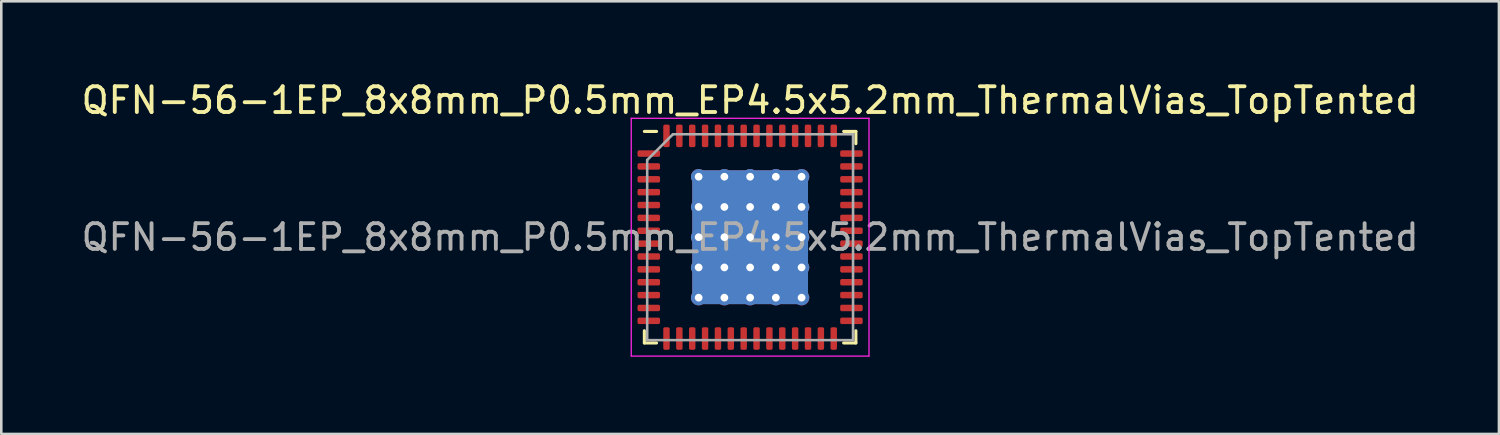
<source format=kicad_pcb>
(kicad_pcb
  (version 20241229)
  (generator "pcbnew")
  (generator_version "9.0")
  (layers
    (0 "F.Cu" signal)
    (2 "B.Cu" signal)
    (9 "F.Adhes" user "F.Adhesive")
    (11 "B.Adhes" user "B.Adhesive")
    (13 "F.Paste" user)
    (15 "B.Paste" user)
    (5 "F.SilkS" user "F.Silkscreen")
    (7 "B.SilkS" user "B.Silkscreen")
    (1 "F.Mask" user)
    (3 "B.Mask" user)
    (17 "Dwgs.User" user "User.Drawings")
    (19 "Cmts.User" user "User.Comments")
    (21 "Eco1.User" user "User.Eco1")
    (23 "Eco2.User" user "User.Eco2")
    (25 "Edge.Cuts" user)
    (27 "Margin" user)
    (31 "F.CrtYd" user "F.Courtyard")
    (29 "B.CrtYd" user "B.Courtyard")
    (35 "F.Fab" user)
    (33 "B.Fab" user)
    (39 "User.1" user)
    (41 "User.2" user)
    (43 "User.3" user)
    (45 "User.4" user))
  (footprint "QFN-56-1EP_8x8mm_P0.5mm_EP4.5x5.2mm_ThermalVias_TopTented"
    (layer "F.Cu")
    (at 26.101 6.168)
    (property "Reference" "QFN-56-1EP_8x8mm_P0.5mm_EP4.5x5.2mm_ThermalVias_TopTented" (at 0 -5.32 0) (layer "F.SilkS") (effects (font (size 1 1) (thickness 0.15))))
    (attr smd)
    (fp_line (start -4.11 4.11) (end -4.11 3.635) (stroke (width 0.12) (type solid)) (layer "F.SilkS"))
    (fp_line (start -3.635 -4.11) (end -4.11 -4.11) (stroke (width 0.12) (type solid)) (layer "F.SilkS"))
    (fp_line (start -3.635 4.11) (end -4.11 4.11) (stroke (width 0.12) (type solid)) (layer "F.SilkS"))
    (fp_line (start 3.635 -4.11) (end 4.11 -4.11) (stroke (width 0.12) (type solid)) (layer "F.SilkS"))
    (fp_line (start 3.635 4.11) (end 4.11 4.11) (stroke (width 0.12) (type solid)) (layer "F.SilkS"))
    (fp_line (start 4.11 -4.11) (end 4.11 -3.635) (stroke (width 0.12) (type solid)) (layer "F.SilkS"))
    (fp_line (start 4.11 4.11) (end 4.11 3.635) (stroke (width 0.12) (type solid)) (layer "F.SilkS"))
    (fp_line (start -4.62 -4.62) (end -4.62 4.62) (stroke (width 0.05) (type solid)) (layer "F.CrtYd"))
    (fp_line (start -4.62 4.62) (end 4.62 4.62) (stroke (width 0.05) (type solid)) (layer "F.CrtYd"))
    (fp_line (start 4.62 -4.62) (end -4.62 -4.62) (stroke (width 0.05) (type solid)) (layer "F.CrtYd"))
    (fp_line (start 4.62 4.62) (end 4.62 -4.62) (stroke (width 0.05) (type solid)) (layer "F.CrtYd"))
    (fp_line (start -4 -3) (end -3 -4) (stroke (width 0.1) (type solid)) (layer "F.Fab"))
    (fp_line (start -4 4) (end -4 -3) (stroke (width 0.1) (type solid)) (layer "F.Fab"))
    (fp_line (start -3 -4) (end 4 -4) (stroke (width 0.1) (type solid)) (layer "F.Fab"))
    (fp_line (start 4 -4) (end 4 4) (stroke (width 0.1) (type solid)) (layer "F.Fab"))
    (fp_line (start 4 4) (end -4 4) (stroke (width 0.1) (type solid)) (layer "F.Fab"))
    (fp_text user "${REFERENCE}" (at 0 0 0) (layer "F.Fab") (effects (font (size 1 1) (thickness 0.15))))
    (pad "" smd custom (at -1.5 -1.762) (size 0.776 0.776) (layers "F.Mask") (options (anchor circle)) (primitives (gr_poly (pts (xy 0.3 -0.502) (xy -0.3 -0.502) (xy -0.3 -0.838) (xy 0.3 -0.838)) (width 0) (fill yes)) (gr_poly (pts (xy 0.3 0.588) (xy -0.3 0.588) (xy -0.3 0.502) (xy 0.3 0.502)) (width 0) (fill yes)) (gr_poly (pts (xy 0.435 -0.367) (xy 0.435 0.367) (xy 0.3 0.502) (xy -0.3 0.502) (xy -0.435 0.367) (xy -0.435 -0.367) (xy -0.3 -0.502) (xy 0.3 -0.502)) (width 0) (fill yes)) (gr_poly (pts (xy -0.435 0.367) (xy -0.75 0.367) (xy -0.75 -0.367) (xy -0.435 -0.367)) (width 0) (fill yes)) (gr_poly (pts (xy 0.5 0.367) (xy 0.435 0.367) (xy 0.435 -0.367) (xy 0.5 -0.367)) (width 0) (fill yes))))
    (pad "" smd custom (at -1.5 -1.762) (size 0.776 0.776) (layers "F.Paste") (options (anchor circle)) (primitives (gr_poly (pts (xy 0.435 -0.357) (xy 0.435 0.357) (xy 0.29 0.502) (xy -0.29 0.502) (xy -0.435 0.357) (xy -0.435 -0.357) (xy -0.29 -0.502) (xy 0.29 -0.502)) (width 0) (fill yes))))
    (pad "" smd custom (at -1.5 -0.588) (size 0.776 0.776) (layers "F.Mask") (options (anchor circle)) (primitives (gr_poly (pts (xy -0.435 0.367) (xy -0.75 0.367) (xy -0.75 -0.367) (xy -0.435 -0.367)) (width 0) (fill yes)) (gr_poly (pts (xy 0.3 -0.502) (xy -0.3 -0.502) (xy -0.3 -0.588) (xy 0.3 -0.588)) (width 0) (fill yes)) (gr_poly (pts (xy 0.435 -0.367) (xy 0.435 0.367) (xy 0.3 0.502) (xy -0.3 0.502) (xy -0.435 0.367) (xy -0.435 -0.367) (xy -0.3 -0.502) (xy 0.3 -0.502)) (width 0) (fill yes)) (gr_poly (pts (xy 0.3 0.588) (xy -0.3 0.588) (xy -0.3 0.502) (xy 0.3 0.502)) (width 0) (fill yes)) (gr_poly (pts (xy 0.5 0.367) (xy 0.435 0.367) (xy 0.435 -0.367) (xy 0.5 -0.367)) (width 0) (fill yes))))
    (pad "" smd custom (at -1.5 -0.588) (size 0.776 0.776) (layers "F.Paste") (options (anchor circle)) (primitives (gr_poly (pts (xy 0.435 -0.357) (xy 0.435 0.357) (xy 0.29 0.502) (xy -0.29 0.502) (xy -0.435 0.357) (xy -0.435 -0.357) (xy -0.29 -0.502) (xy 0.29 -0.502)) (width 0) (fill yes))))
    (pad "" smd custom (at -1.5 0.588) (size 0.776 0.776) (layers "F.Mask") (options (anchor circle)) (primitives (gr_poly (pts (xy -0.435 0.367) (xy -0.75 0.367) (xy -0.75 -0.367) (xy -0.435 -0.367)) (width 0) (fill yes)) (gr_poly (pts (xy 0.3 -0.502) (xy -0.3 -0.502) (xy -0.3 -0.588) (xy 0.3 -0.588)) (width 0) (fill yes)) (gr_poly (pts (xy 0.435 -0.367) (xy 0.435 0.367) (xy 0.3 0.502) (xy -0.3 0.502) (xy -0.435 0.367) (xy -0.435 -0.367) (xy -0.3 -0.502) (xy 0.3 -0.502)) (width 0) (fill yes)) (gr_poly (pts (xy 0.3 0.588) (xy -0.3 0.588) (xy -0.3 0.502) (xy 0.3 0.502)) (width 0) (fill yes)) (gr_poly (pts (xy 0.5 0.367) (xy 0.435 0.367) (xy 0.435 -0.367) (xy 0.5 -0.367)) (width 0) (fill yes))))
    (pad "" smd custom (at -1.5 0.588) (size 0.776 0.776) (layers "F.Paste") (options (anchor circle)) (primitives (gr_poly (pts (xy 0.435 -0.357) (xy 0.435 0.357) (xy 0.29 0.502) (xy -0.29 0.502) (xy -0.435 0.357) (xy -0.435 -0.357) (xy -0.29 -0.502) (xy 0.29 -0.502)) (width 0) (fill yes))))
    (pad "" smd custom (at -1.5 1.762) (size 0.776 0.776) (layers "F.Mask") (options (anchor circle)) (primitives (gr_poly (pts (xy 0.3 0.838) (xy -0.3 0.838) (xy -0.3 0.502) (xy 0.3 0.502)) (width 0) (fill yes)) (gr_poly (pts (xy 0.5 0.367) (xy 0.435 0.367) (xy 0.435 -0.367) (xy 0.5 -0.367)) (width 0) (fill yes)) (gr_poly (pts (xy -0.435 0.367) (xy -0.75 0.367) (xy -0.75 -0.367) (xy -0.435 -0.367)) (width 0) (fill yes)) (gr_poly (pts (xy 0.435 -0.367) (xy 0.435 0.367) (xy 0.3 0.502) (xy -0.3 0.502) (xy -0.435 0.367) (xy -0.435 -0.367) (xy -0.3 -0.502) (xy 0.3 -0.502)) (width 0) (fill yes)) (gr_poly (pts (xy 0.3 -0.502) (xy -0.3 -0.502) (xy -0.3 -0.588) (xy 0.3 -0.588)) (width 0) (fill yes))))
    (pad "" smd custom (at -1.5 1.762) (size 0.776 0.776) (layers "F.Paste") (options (anchor circle)) (primitives (gr_poly (pts (xy 0.435 -0.357) (xy 0.435 0.357) (xy 0.29 0.502) (xy -0.29 0.502) (xy -0.435 0.357) (xy -0.435 -0.357) (xy -0.29 -0.502) (xy 0.29 -0.502)) (width 0) (fill yes))))
    (pad "" smd custom (at -0.5 -1.762) (size 0.776 0.776) (layers "F.Mask") (options (anchor circle)) (primitives (gr_poly (pts (xy 0.5 0.367) (xy 0.435 0.367) (xy 0.435 -0.367) (xy 0.5 -0.367)) (width 0) (fill yes)) (gr_poly (pts (xy 0.435 -0.367) (xy 0.435 0.367) (xy 0.3 0.502) (xy -0.3 0.502) (xy -0.435 0.367) (xy -0.435 -0.367) (xy -0.3 -0.502) (xy 0.3 -0.502)) (width 0) (fill yes)) (gr_poly (pts (xy -0.435 0.367) (xy -0.5 0.367) (xy -0.5 -0.367) (xy -0.435 -0.367)) (width 0) (fill yes)) (gr_poly (pts (xy 0.3 0.588) (xy -0.3 0.588) (xy -0.3 0.502) (xy 0.3 0.502)) (width 0) (fill yes)) (gr_poly (pts (xy 0.3 -0.502) (xy -0.3 -0.502) (xy -0.3 -0.838) (xy 0.3 -0.838)) (width 0) (fill yes))))
    (pad "" smd custom (at -0.5 -1.762) (size 0.776 0.776) (layers "F.Paste") (options (anchor circle)) (primitives (gr_poly (pts (xy 0.435 -0.357) (xy 0.435 0.357) (xy 0.29 0.502) (xy -0.29 0.502) (xy -0.435 0.357) (xy -0.435 -0.357) (xy -0.29 -0.502) (xy 0.29 -0.502)) (width 0) (fill yes))))
    (pad "" smd custom (at -0.5 -0.588) (size 0.776 0.776) (layers "F.Mask") (options (anchor circle)) (primitives (gr_poly (pts (xy 0.3 -0.502) (xy -0.3 -0.502) (xy -0.3 -0.588) (xy 0.3 -0.588)) (width 0) (fill yes)) (gr_poly (pts (xy 0.435 -0.367) (xy 0.435 0.367) (xy 0.3 0.502) (xy -0.3 0.502) (xy -0.435 0.367) (xy -0.435 -0.367) (xy -0.3 -0.502) (xy 0.3 -0.502)) (width 0) (fill yes)) (gr_poly (pts (xy 0.3 0.588) (xy -0.3 0.588) (xy -0.3 0.502) (xy 0.3 0.502)) (width 0) (fill yes)) (gr_poly (pts (xy -0.435 0.367) (xy -0.5 0.367) (xy -0.5 -0.367) (xy -0.435 -0.367)) (width 0) (fill yes)) (gr_poly (pts (xy 0.5 0.367) (xy 0.435 0.367) (xy 0.435 -0.367) (xy 0.5 -0.367)) (width 0) (fill yes))))
    (pad "" smd custom (at -0.5 -0.588) (size 0.776 0.776) (layers "F.Paste") (options (anchor circle)) (primitives (gr_poly (pts (xy 0.435 -0.357) (xy 0.435 0.357) (xy 0.29 0.502) (xy -0.29 0.502) (xy -0.435 0.357) (xy -0.435 -0.357) (xy -0.29 -0.502) (xy 0.29 -0.502)) (width 0) (fill yes))))
    (pad "" smd custom (at -0.5 0.588) (size 0.776 0.776) (layers "F.Mask") (options (anchor circle)) (primitives (gr_poly (pts (xy 0.3 -0.502) (xy -0.3 -0.502) (xy -0.3 -0.588) (xy 0.3 -0.588)) (width 0) (fill yes)) (gr_poly (pts (xy 0.435 -0.367) (xy 0.435 0.367) (xy 0.3 0.502) (xy -0.3 0.502) (xy -0.435 0.367) (xy -0.435 -0.367) (xy -0.3 -0.502) (xy 0.3 -0.502)) (width 0) (fill yes)) (gr_poly (pts (xy 0.3 0.588) (xy -0.3 0.588) (xy -0.3 0.502) (xy 0.3 0.502)) (width 0) (fill yes)) (gr_poly (pts (xy -0.435 0.367) (xy -0.5 0.367) (xy -0.5 -0.367) (xy -0.435 -0.367)) (width 0) (fill yes)) (gr_poly (pts (xy 0.5 0.367) (xy 0.435 0.367) (xy 0.435 -0.367) (xy 0.5 -0.367)) (width 0) (fill yes))))
    (pad "" smd custom (at -0.5 0.588) (size 0.776 0.776) (layers "F.Paste") (options (anchor circle)) (primitives (gr_poly (pts (xy 0.435 -0.357) (xy 0.435 0.357) (xy 0.29 0.502) (xy -0.29 0.502) (xy -0.435 0.357) (xy -0.435 -0.357) (xy -0.29 -0.502) (xy 0.29 -0.502)) (width 0) (fill yes))))
    (pad "" smd custom (at -0.5 1.762) (size 0.776 0.776) (layers "F.Mask") (options (anchor circle)) (primitives (gr_poly (pts (xy 0.3 -0.502) (xy -0.3 -0.502) (xy -0.3 -0.588) (xy 0.3 -0.588)) (width 0) (fill yes)) (gr_poly (pts (xy 0.3 0.838) (xy -0.3 0.838) (xy -0.3 0.502) (xy 0.3 0.502)) (width 0) (fill yes)) (gr_poly (pts (xy 0.435 -0.367) (xy 0.435 0.367) (xy 0.3 0.502) (xy -0.3 0.502) (xy -0.435 0.367) (xy -0.435 -0.367) (xy -0.3 -0.502) (xy 0.3 -0.502)) (width 0) (fill yes)) (gr_poly (pts (xy 0.5 0.367) (xy 0.435 0.367) (xy 0.435 -0.367) (xy 0.5 -0.367)) (width 0) (fill yes)) (gr_poly (pts (xy -0.435 0.367) (xy -0.5 0.367) (xy -0.5 -0.367) (xy -0.435 -0.367)) (width 0) (fill yes))))
    (pad "" smd custom (at -0.5 1.762) (size 0.776 0.776) (layers "F.Paste") (options (anchor circle)) (primitives (gr_poly (pts (xy 0.435 -0.357) (xy 0.435 0.357) (xy 0.29 0.502) (xy -0.29 0.502) (xy -0.435 0.357) (xy -0.435 -0.357) (xy -0.29 -0.502) (xy 0.29 -0.502)) (width 0) (fill yes))))
    (pad "" smd custom (at 0.5 -1.762) (size 0.776 0.776) (layers "F.Mask") (options (anchor circle)) (primitives (gr_poly (pts (xy 0.5 0.367) (xy 0.435 0.367) (xy 0.435 -0.367) (xy 0.5 -0.367)) (width 0) (fill yes)) (gr_poly (pts (xy 0.435 -0.367) (xy 0.435 0.367) (xy 0.3 0.502) (xy -0.3 0.502) (xy -0.435 0.367) (xy -0.435 -0.367) (xy -0.3 -0.502) (xy 0.3 -0.502)) (width 0) (fill yes)) (gr_poly (pts (xy -0.435 0.367) (xy -0.5 0.367) (xy -0.5 -0.367) (xy -0.435 -0.367)) (width 0) (fill yes)) (gr_poly (pts (xy 0.3 0.588) (xy -0.3 0.588) (xy -0.3 0.502) (xy 0.3 0.502)) (width 0) (fill yes)) (gr_poly (pts (xy 0.3 -0.502) (xy -0.3 -0.502) (xy -0.3 -0.838) (xy 0.3 -0.838)) (width 0) (fill yes))))
    (pad "" smd custom (at 0.5 -1.762) (size 0.776 0.776) (layers "F.Paste") (options (anchor circle)) (primitives (gr_poly (pts (xy 0.435 -0.357) (xy 0.435 0.357) (xy 0.29 0.502) (xy -0.29 0.502) (xy -0.435 0.357) (xy -0.435 -0.357) (xy -0.29 -0.502) (xy 0.29 -0.502)) (width 0) (fill yes))))
    (pad "" smd custom (at 0.5 -0.588) (size 0.776 0.776) (layers "F.Mask") (options (anchor circle)) (primitives (gr_poly (pts (xy 0.3 -0.502) (xy -0.3 -0.502) (xy -0.3 -0.588) (xy 0.3 -0.588)) (width 0) (fill yes)) (gr_poly (pts (xy 0.435 -0.367) (xy 0.435 0.367) (xy 0.3 0.502) (xy -0.3 0.502) (xy -0.435 0.367) (xy -0.435 -0.367) (xy -0.3 -0.502) (xy 0.3 -0.502)) (width 0) (fill yes)) (gr_poly (pts (xy 0.3 0.588) (xy -0.3 0.588) (xy -0.3 0.502) (xy 0.3 0.502)) (width 0) (fill yes)) (gr_poly (pts (xy -0.435 0.367) (xy -0.5 0.367) (xy -0.5 -0.367) (xy -0.435 -0.367)) (width 0) (fill yes)) (gr_poly (pts (xy 0.5 0.367) (xy 0.435 0.367) (xy 0.435 -0.367) (xy 0.5 -0.367)) (width 0) (fill yes))))
    (pad "" smd custom (at 0.5 -0.588) (size 0.776 0.776) (layers "F.Paste") (options (anchor circle)) (primitives (gr_poly (pts (xy 0.435 -0.357) (xy 0.435 0.357) (xy 0.29 0.502) (xy -0.29 0.502) (xy -0.435 0.357) (xy -0.435 -0.357) (xy -0.29 -0.502) (xy 0.29 -0.502)) (width 0) (fill yes))))
    (pad "" smd custom (at 0.5 0.588) (size 0.776 0.776) (layers "F.Mask") (options (anchor circle)) (primitives (gr_poly (pts (xy 0.3 -0.502) (xy -0.3 -0.502) (xy -0.3 -0.588) (xy 0.3 -0.588)) (width 0) (fill yes)) (gr_poly (pts (xy 0.435 -0.367) (xy 0.435 0.367) (xy 0.3 0.502) (xy -0.3 0.502) (xy -0.435 0.367) (xy -0.435 -0.367) (xy -0.3 -0.502) (xy 0.3 -0.502)) (width 0) (fill yes)) (gr_poly (pts (xy 0.3 0.588) (xy -0.3 0.588) (xy -0.3 0.502) (xy 0.3 0.502)) (width 0) (fill yes)) (gr_poly (pts (xy -0.435 0.367) (xy -0.5 0.367) (xy -0.5 -0.367) (xy -0.435 -0.367)) (width 0) (fill yes)) (gr_poly (pts (xy 0.5 0.367) (xy 0.435 0.367) (xy 0.435 -0.367) (xy 0.5 -0.367)) (width 0) (fill yes))))
    (pad "" smd custom (at 0.5 0.588) (size 0.776 0.776) (layers "F.Paste") (options (anchor circle)) (primitives (gr_poly (pts (xy 0.435 -0.357) (xy 0.435 0.357) (xy 0.29 0.502) (xy -0.29 0.502) (xy -0.435 0.357) (xy -0.435 -0.357) (xy -0.29 -0.502) (xy 0.29 -0.502)) (width 0) (fill yes))))
    (pad "" smd custom (at 0.5 1.762) (size 0.776 0.776) (layers "F.Mask") (options (anchor circle)) (primitives (gr_poly (pts (xy 0.3 -0.502) (xy -0.3 -0.502) (xy -0.3 -0.588) (xy 0.3 -0.588)) (width 0) (fill yes)) (gr_poly (pts (xy 0.3 0.838) (xy -0.3 0.838) (xy -0.3 0.502) (xy 0.3 0.502)) (width 0) (fill yes)) (gr_poly (pts (xy 0.435 -0.367) (xy 0.435 0.367) (xy 0.3 0.502) (xy -0.3 0.502) (xy -0.435 0.367) (xy -0.435 -0.367) (xy -0.3 -0.502) (xy 0.3 -0.502)) (width 0) (fill yes)) (gr_poly (pts (xy 0.5 0.367) (xy 0.435 0.367) (xy 0.435 -0.367) (xy 0.5 -0.367)) (width 0) (fill yes)) (gr_poly (pts (xy -0.435 0.367) (xy -0.5 0.367) (xy -0.5 -0.367) (xy -0.435 -0.367)) (width 0) (fill yes))))
    (pad "" smd custom (at 0.5 1.762) (size 0.776 0.776) (layers "F.Paste") (options (anchor circle)) (primitives (gr_poly (pts (xy 0.435 -0.357) (xy 0.435 0.357) (xy 0.29 0.502) (xy -0.29 0.502) (xy -0.435 0.357) (xy -0.435 -0.357) (xy -0.29 -0.502) (xy 0.29 -0.502)) (width 0) (fill yes))))
    (pad "" smd custom (at 1.5 -1.762) (size 0.776 0.776) (layers "F.Mask") (options (anchor circle)) (primitives (gr_poly (pts (xy -0.435 0.367) (xy -0.5 0.367) (xy -0.5 -0.367) (xy -0.435 -0.367)) (width 0) (fill yes)) (gr_poly (pts (xy 0.75 0.367) (xy 0.435 0.367) (xy 0.435 -0.367) (xy 0.75 -0.367)) (width 0) (fill yes)) (gr_poly (pts (xy 0.435 -0.367) (xy 0.435 0.367) (xy 0.3 0.502) (xy -0.3 0.502) (xy -0.435 0.367) (xy -0.435 -0.367) (xy -0.3 -0.502) (xy 0.3 -0.502)) (width 0) (fill yes)) (gr_poly (pts (xy 0.3 0.588) (xy -0.3 0.588) (xy -0.3 0.502) (xy 0.3 0.502)) (width 0) (fill yes)) (gr_poly (pts (xy 0.3 -0.502) (xy -0.3 -0.502) (xy -0.3 -0.838) (xy 0.3 -0.838)) (width 0) (fill yes))))
    (pad "" smd custom (at 1.5 -1.762) (size 0.776 0.776) (layers "F.Paste") (options (anchor circle)) (primitives (gr_poly (pts (xy 0.435 -0.357) (xy 0.435 0.357) (xy 0.29 0.502) (xy -0.29 0.502) (xy -0.435 0.357) (xy -0.435 -0.357) (xy -0.29 -0.502) (xy 0.29 -0.502)) (width 0) (fill yes))))
    (pad "" smd custom (at 1.5 -0.588) (size 0.776 0.776) (layers "F.Mask") (options (anchor circle)) (primitives (gr_poly (pts (xy 0.75 0.367) (xy 0.435 0.367) (xy 0.435 -0.367) (xy 0.75 -0.367)) (width 0) (fill yes)) (gr_poly (pts (xy -0.435 0.367) (xy -0.5 0.367) (xy -0.5 -0.367) (xy -0.435 -0.367)) (width 0) (fill yes)) (gr_poly (pts (xy 0.435 -0.367) (xy 0.435 0.367) (xy 0.3 0.502) (xy -0.3 0.502) (xy -0.435 0.367) (xy -0.435 -0.367) (xy -0.3 -0.502) (xy 0.3 -0.502)) (width 0) (fill yes)) (gr_poly (pts (xy 0.3 0.588) (xy -0.3 0.588) (xy -0.3 0.502) (xy 0.3 0.502)) (width 0) (fill yes)) (gr_poly (pts (xy 0.3 -0.502) (xy -0.3 -0.502) (xy -0.3 -0.588) (xy 0.3 -0.588)) (width 0) (fill yes))))
    (pad "" smd custom (at 1.5 -0.588) (size 0.776 0.776) (layers "F.Paste") (options (anchor circle)) (primitives (gr_poly (pts (xy 0.435 -0.357) (xy 0.435 0.357) (xy 0.29 0.502) (xy -0.29 0.502) (xy -0.435 0.357) (xy -0.435 -0.357) (xy -0.29 -0.502) (xy 0.29 -0.502)) (width 0) (fill yes))))
    (pad "" smd custom (at 1.5 0.588) (size 0.776 0.776) (layers "F.Mask") (options (anchor circle)) (primitives (gr_poly (pts (xy 0.75 0.367) (xy 0.435 0.367) (xy 0.435 -0.367) (xy 0.75 -0.367)) (width 0) (fill yes)) (gr_poly (pts (xy -0.435 0.367) (xy -0.5 0.367) (xy -0.5 -0.367) (xy -0.435 -0.367)) (width 0) (fill yes)) (gr_poly (pts (xy 0.435 -0.367) (xy 0.435 0.367) (xy 0.3 0.502) (xy -0.3 0.502) (xy -0.435 0.367) (xy -0.435 -0.367) (xy -0.3 -0.502) (xy 0.3 -0.502)) (width 0) (fill yes)) (gr_poly (pts (xy 0.3 0.588) (xy -0.3 0.588) (xy -0.3 0.502) (xy 0.3 0.502)) (width 0) (fill yes)) (gr_poly (pts (xy 0.3 -0.502) (xy -0.3 -0.502) (xy -0.3 -0.588) (xy 0.3 -0.588)) (width 0) (fill yes))))
    (pad "" smd custom (at 1.5 0.588) (size 0.776 0.776) (layers "F.Paste") (options (anchor circle)) (primitives (gr_poly (pts (xy 0.435 -0.357) (xy 0.435 0.357) (xy 0.29 0.502) (xy -0.29 0.502) (xy -0.435 0.357) (xy -0.435 -0.357) (xy -0.29 -0.502) (xy 0.29 -0.502)) (width 0) (fill yes))))
    (pad "" smd custom (at 1.5 1.762) (size 0.776 0.776) (layers "F.Mask") (options (anchor circle)) (primitives (gr_poly (pts (xy 0.3 -0.502) (xy -0.3 -0.502) (xy -0.3 -0.588) (xy 0.3 -0.588)) (width 0) (fill yes)) (gr_poly (pts (xy 0.75 0.367) (xy 0.435 0.367) (xy 0.435 -0.367) (xy 0.75 -0.367)) (width 0) (fill yes)) (gr_poly (pts (xy 0.435 -0.367) (xy 0.435 0.367) (xy 0.3 0.502) (xy -0.3 0.502) (xy -0.435 0.367) (xy -0.435 -0.367) (xy -0.3 -0.502) (xy 0.3 -0.502)) (width 0) (fill yes)) (gr_poly (pts (xy 0.3 0.838) (xy -0.3 0.838) (xy -0.3 0.502) (xy 0.3 0.502)) (width 0) (fill yes)) (gr_poly (pts (xy -0.435 0.367) (xy -0.5 0.367) (xy -0.5 -0.367) (xy -0.435 -0.367)) (width 0) (fill yes))))
    (pad "" smd custom (at 1.5 1.762) (size 0.776 0.776) (layers "F.Paste") (options (anchor circle)) (primitives (gr_poly (pts (xy 0.435 -0.357) (xy 0.435 0.357) (xy 0.29 0.502) (xy -0.29 0.502) (xy -0.435 0.357) (xy -0.435 -0.357) (xy -0.29 -0.502) (xy 0.29 -0.502)) (width 0) (fill yes))))
    (pad "1" smd roundrect (at -3.938 -3.25) (size 0.875 0.25) (layers "F.Cu" "F.Mask" "F.Paste") (roundrect_rratio 0.25))
    (pad "2" smd roundrect (at -3.938 -2.75) (size 0.875 0.25) (layers "F.Cu" "F.Mask" "F.Paste") (roundrect_rratio 0.25))
    (pad "3" smd roundrect (at -3.938 -2.25) (size 0.875 0.25) (layers "F.Cu" "F.Mask" "F.Paste") (roundrect_rratio 0.25))
    (pad "4" smd roundrect (at -3.938 -1.75) (size 0.875 0.25) (layers "F.Cu" "F.Mask" "F.Paste") (roundrect_rratio 0.25))
    (pad "5" smd roundrect (at -3.938 -1.25) (size 0.875 0.25) (layers "F.Cu" "F.Mask" "F.Paste") (roundrect_rratio 0.25))
    (pad "6" smd roundrect (at -3.938 -0.75) (size 0.875 0.25) (layers "F.Cu" "F.Mask" "F.Paste") (roundrect_rratio 0.25))
    (pad "7" smd roundrect (at -3.938 -0.25) (size 0.875 0.25) (layers "F.Cu" "F.Mask" "F.Paste") (roundrect_rratio 0.25))
    (pad "8" smd roundrect (at -3.938 0.25) (size 0.875 0.25) (layers "F.Cu" "F.Mask" "F.Paste") (roundrect_rratio 0.25))
    (pad "9" smd roundrect (at -3.938 0.75) (size 0.875 0.25) (layers "F.Cu" "F.Mask" "F.Paste") (roundrect_rratio 0.25))
    (pad "10" smd roundrect (at -3.938 1.25) (size 0.875 0.25) (layers "F.Cu" "F.Mask" "F.Paste") (roundrect_rratio 0.25))
    (pad "11" smd roundrect (at -3.938 1.75) (size 0.875 0.25) (layers "F.Cu" "F.Mask" "F.Paste") (roundrect_rratio 0.25))
    (pad "12" smd roundrect (at -3.938 2.25) (size 0.875 0.25) (layers "F.Cu" "F.Mask" "F.Paste") (roundrect_rratio 0.25))
    (pad "13" smd roundrect (at -3.938 2.75) (size 0.875 0.25) (layers "F.Cu" "F.Mask" "F.Paste") (roundrect_rratio 0.25))
    (pad "14" smd roundrect (at -3.938 3.25) (size 0.875 0.25) (layers "F.Cu" "F.Mask" "F.Paste") (roundrect_rratio 0.25))
    (pad "15" smd roundrect (at -3.25 3.938) (size 0.25 0.875) (layers "F.Cu" "F.Mask" "F.Paste") (roundrect_rratio 0.25))
    (pad "16" smd roundrect (at -2.75 3.938) (size 0.25 0.875) (layers "F.Cu" "F.Mask" "F.Paste") (roundrect_rratio 0.25))
    (pad "17" smd roundrect (at -2.25 3.938) (size 0.25 0.875) (layers "F.Cu" "F.Mask" "F.Paste") (roundrect_rratio 0.25))
    (pad "18" smd roundrect (at -1.75 3.938) (size 0.25 0.875) (layers "F.Cu" "F.Mask" "F.Paste") (roundrect_rratio 0.25))
    (pad "19" smd roundrect (at -1.25 3.938) (size 0.25 0.875) (layers "F.Cu" "F.Mask" "F.Paste") (roundrect_rratio 0.25))
    (pad "20" smd roundrect (at -0.75 3.938) (size 0.25 0.875) (layers "F.Cu" "F.Mask" "F.Paste") (roundrect_rratio 0.25))
    (pad "21" smd roundrect (at -0.25 3.938) (size 0.25 0.875) (layers "F.Cu" "F.Mask" "F.Paste") (roundrect_rratio 0.25))
    (pad "22" smd roundrect (at 0.25 3.938) (size 0.25 0.875) (layers "F.Cu" "F.Mask" "F.Paste") (roundrect_rratio 0.25))
    (pad "23" smd roundrect (at 0.75 3.938) (size 0.25 0.875) (layers "F.Cu" "F.Mask" "F.Paste") (roundrect_rratio 0.25))
    (pad "24" smd roundrect (at 1.25 3.938) (size 0.25 0.875) (layers "F.Cu" "F.Mask" "F.Paste") (roundrect_rratio 0.25))
    (pad "25" smd roundrect (at 1.75 3.938) (size 0.25 0.875) (layers "F.Cu" "F.Mask" "F.Paste") (roundrect_rratio 0.25))
    (pad "26" smd roundrect (at 2.25 3.938) (size 0.25 0.875) (layers "F.Cu" "F.Mask" "F.Paste") (roundrect_rratio 0.25))
    (pad "27" smd roundrect (at 2.75 3.938) (size 0.25 0.875) (layers "F.Cu" "F.Mask" "F.Paste") (roundrect_rratio 0.25))
    (pad "28" smd roundrect (at 3.25 3.938) (size 0.25 0.875) (layers "F.Cu" "F.Mask" "F.Paste") (roundrect_rratio 0.25))
    (pad "29" smd roundrect (at 3.938 3.25) (size 0.875 0.25) (layers "F.Cu" "F.Mask" "F.Paste") (roundrect_rratio 0.25))
    (pad "30" smd roundrect (at 3.938 2.75) (size 0.875 0.25) (layers "F.Cu" "F.Mask" "F.Paste") (roundrect_rratio 0.25))
    (pad "31" smd roundrect (at 3.938 2.25) (size 0.875 0.25) (layers "F.Cu" "F.Mask" "F.Paste") (roundrect_rratio 0.25))
    (pad "32" smd roundrect (at 3.938 1.75) (size 0.875 0.25) (layers "F.Cu" "F.Mask" "F.Paste") (roundrect_rratio 0.25))
    (pad "33" smd roundrect (at 3.938 1.25) (size 0.875 0.25) (layers "F.Cu" "F.Mask" "F.Paste") (roundrect_rratio 0.25))
    (pad "34" smd roundrect (at 3.938 0.75) (size 0.875 0.25) (layers "F.Cu" "F.Mask" "F.Paste") (roundrect_rratio 0.25))
    (pad "35" smd roundrect (at 3.938 0.25) (size 0.875 0.25) (layers "F.Cu" "F.Mask" "F.Paste") (roundrect_rratio 0.25))
    (pad "36" smd roundrect (at 3.938 -0.25) (size 0.875 0.25) (layers "F.Cu" "F.Mask" "F.Paste") (roundrect_rratio 0.25))
    (pad "37" smd roundrect (at 3.938 -0.75) (size 0.875 0.25) (layers "F.Cu" "F.Mask" "F.Paste") (roundrect_rratio 0.25))
    (pad "38" smd roundrect (at 3.938 -1.25) (size 0.875 0.25) (layers "F.Cu" "F.Mask" "F.Paste") (roundrect_rratio 0.25))
    (pad "39" smd roundrect (at 3.938 -1.75) (size 0.875 0.25) (layers "F.Cu" "F.Mask" "F.Paste") (roundrect_rratio 0.25))
    (pad "40" smd roundrect (at 3.938 -2.25) (size 0.875 0.25) (layers "F.Cu" "F.Mask" "F.Paste") (roundrect_rratio 0.25))
    (pad "41" smd roundrect (at 3.938 -2.75) (size 0.875 0.25) (layers "F.Cu" "F.Mask" "F.Paste") (roundrect_rratio 0.25))
    (pad "42" smd roundrect (at 3.938 -3.25) (size 0.875 0.25) (layers "F.Cu" "F.Mask" "F.Paste") (roundrect_rratio 0.25))
    (pad "43" smd roundrect (at 3.25 -3.938) (size 0.25 0.875) (layers "F.Cu" "F.Mask" "F.Paste") (roundrect_rratio 0.25))
    (pad "44" smd roundrect (at 2.75 -3.938) (size 0.25 0.875) (layers "F.Cu" "F.Mask" "F.Paste") (roundrect_rratio 0.25))
    (pad "45" smd roundrect (at 2.25 -3.938) (size 0.25 0.875) (layers "F.Cu" "F.Mask" "F.Paste") (roundrect_rratio 0.25))
    (pad "46" smd roundrect (at 1.75 -3.938) (size 0.25 0.875) (layers "F.Cu" "F.Mask" "F.Paste") (roundrect_rratio 0.25))
    (pad "47" smd roundrect (at 1.25 -3.938) (size 0.25 0.875) (layers "F.Cu" "F.Mask" "F.Paste") (roundrect_rratio 0.25))
    (pad "48" smd roundrect (at 0.75 -3.938) (size 0.25 0.875) (layers "F.Cu" "F.Mask" "F.Paste") (roundrect_rratio 0.25))
    (pad "49" smd roundrect (at 0.25 -3.938) (size 0.25 0.875) (layers "F.Cu" "F.Mask" "F.Paste") (roundrect_rratio 0.25))
    (pad "50" smd roundrect (at -0.25 -3.938) (size 0.25 0.875) (layers "F.Cu" "F.Mask" "F.Paste") (roundrect_rratio 0.25))
    (pad "51" smd roundrect (at -0.75 -3.938) (size 0.25 0.875) (layers "F.Cu" "F.Mask" "F.Paste") (roundrect_rratio 0.25))
    (pad "52" smd roundrect (at -1.25 -3.938) (size 0.25 0.875) (layers "F.Cu" "F.Mask" "F.Paste") (roundrect_rratio 0.25))
    (pad "53" smd roundrect (at -1.75 -3.938) (size 0.25 0.875) (layers "F.Cu" "F.Mask" "F.Paste") (roundrect_rratio 0.25))
    (pad "54" smd roundrect (at -2.25 -3.938) (size 0.25 0.875) (layers "F.Cu" "F.Mask" "F.Paste") (roundrect_rratio 0.25))
    (pad "55" smd roundrect (at -2.75 -3.938) (size 0.25 0.875) (layers "F.Cu" "F.Mask" "F.Paste") (roundrect_rratio 0.25))
    (pad "56" smd roundrect (at -3.25 -3.938) (size 0.25 0.875) (layers "F.Cu" "F.Mask" "F.Paste") (roundrect_rratio 0.25))
    (pad "57" thru_hole circle (at -2 -2.35) (size 0.6 0.6) (drill 0.3) (layers "*.Cu"))
    (pad "57" thru_hole circle (at -2 -1.175) (size 0.6 0.6) (drill 0.3) (layers "*.Cu"))
    (pad "57" thru_hole circle (at -2 0) (size 0.6 0.6) (drill 0.3) (layers "*.Cu"))
    (pad "57" thru_hole circle (at -2 1.175) (size 0.6 0.6) (drill 0.3) (layers "*.Cu"))
    (pad "57" thru_hole circle (at -2 2.35) (size 0.6 0.6) (drill 0.3) (layers "*.Cu"))
    (pad "57" thru_hole circle (at -1 -2.35) (size 0.6 0.6) (drill 0.3) (layers "*.Cu"))
    (pad "57" thru_hole circle (at -1 -1.175) (size 0.6 0.6) (drill 0.3) (layers "*.Cu"))
    (pad "57" thru_hole circle (at -1 0) (size 0.6 0.6) (drill 0.3) (layers "*.Cu"))
    (pad "57" thru_hole circle (at -1 1.175) (size 0.6 0.6) (drill 0.3) (layers "*.Cu"))
    (pad "57" thru_hole circle (at -1 2.35) (size 0.6 0.6) (drill 0.3) (layers "*.Cu"))
    (pad "57" thru_hole circle (at 0 -2.35) (size 0.6 0.6) (drill 0.3) (layers "*.Cu"))
    (pad "57" thru_hole circle (at 0 -1.175) (size 0.6 0.6) (drill 0.3) (layers "*.Cu"))
    (pad "57" thru_hole circle (at 0 0) (size 0.6 0.6) (drill 0.3) (layers "*.Cu"))
    (pad "57" smd roundrect (at 0 0) (size 4.5 5.2) (layers "F.Cu") (roundrect_rratio 0.056))
    (pad "57" smd roundrect (at 0 0) (size 4.5 5.2) (layers "B.Cu") (roundrect_rratio 0.056))
    (pad "57" thru_hole circle (at 0 1.175) (size 0.6 0.6) (drill 0.3) (layers "*.Cu"))
    (pad "57" thru_hole circle (at 0 2.35) (size 0.6 0.6) (drill 0.3) (layers "*.Cu"))
    (pad "57" thru_hole circle (at 1 -2.35) (size 0.6 0.6) (drill 0.3) (layers "*.Cu"))
    (pad "57" thru_hole circle (at 1 -1.175) (size 0.6 0.6) (drill 0.3) (layers "*.Cu"))
    (pad "57" thru_hole circle (at 1 0) (size 0.6 0.6) (drill 0.3) (layers "*.Cu"))
    (pad "57" thru_hole circle (at 1 1.175) (size 0.6 0.6) (drill 0.3) (layers "*.Cu"))
    (pad "57" thru_hole circle (at 1 2.35) (size 0.6 0.6) (drill 0.3) (layers "*.Cu"))
    (pad "57" thru_hole circle (at 2 -2.35) (size 0.6 0.6) (drill 0.3) (layers "*.Cu"))
    (pad "57" thru_hole circle (at 2 -1.175) (size 0.6 0.6) (drill 0.3) (layers "*.Cu"))
    (pad "57" thru_hole circle (at 2 0) (size 0.6 0.6) (drill 0.3) (layers "*.Cu"))
    (pad "57" thru_hole circle (at 2 1.175) (size 0.6 0.6) (drill 0.3) (layers "*.Cu"))
    (pad "57" thru_hole circle (at 2 2.35) (size 0.6 0.6) (drill 0.3) (layers "*.Cu")))
  (gr_rect
    (start -3 -3)
    (end 55.202 13.813)
    (stroke (width 0.1) (type default))
    (fill no)
    (layer "Edge.Cuts")))
</source>
